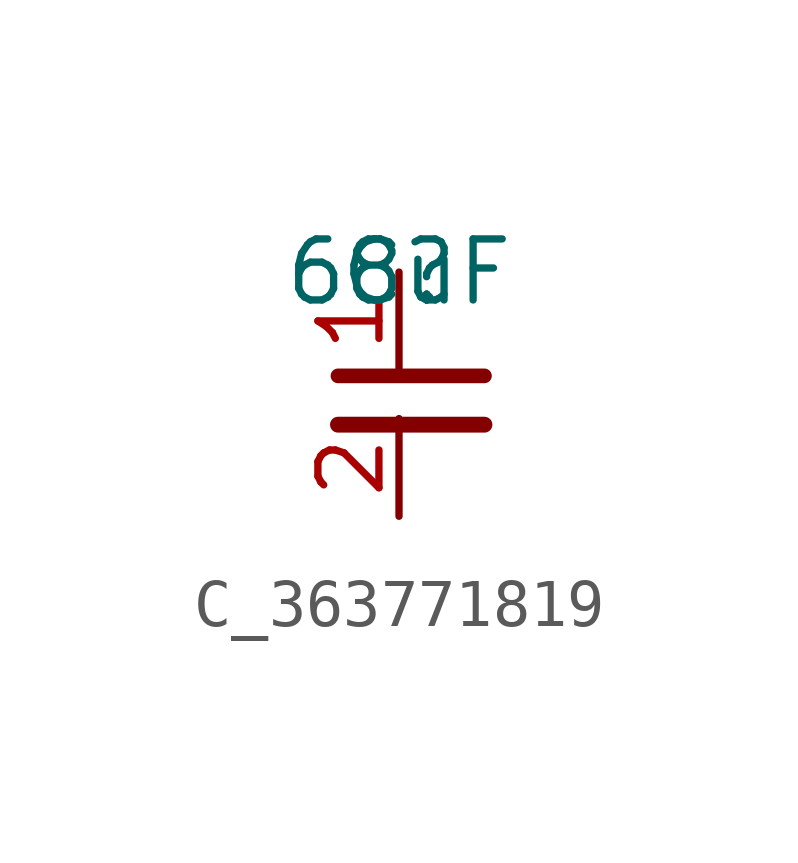
<source format=kicad_sym>
(kicad_symbol_lib
  (version 20220914)
  (generator kicad_symbol_editor)
  (symbol "C_363771819"
    (property "Reference" "C"
      (at 0 0 0)
      (effects (font (size 1.27 1.27))))
    (property "Value" "68uF"
      (at 0 0 0)
      (effects (font (size 1.27 1.27))))
    (symbol "C_363771819_1_1"
      (polyline (pts (xy -1.27 -3.175) (xy 1.778 -3.175)) (stroke (width 0.33) (type default)) (fill (type none)))
      (polyline (pts (xy -1.27 -2.159) (xy 1.778 -2.159)) (stroke (width 0.305) (type default)) (fill (type none)))
      (pin passive line (at 0 0 270) (length 2.032) (name "~" (effects (font (size 1.27 1.27)))) (number "1" (effects (font (size 1.27 1.27)))))
      (pin passive line (at 0 -5.08 90) (length 2.032) (name "~" (effects (font (size 1.27 1.27)))) (number "2" (effects (font (size 1.27 1.27))))))))
</source>
